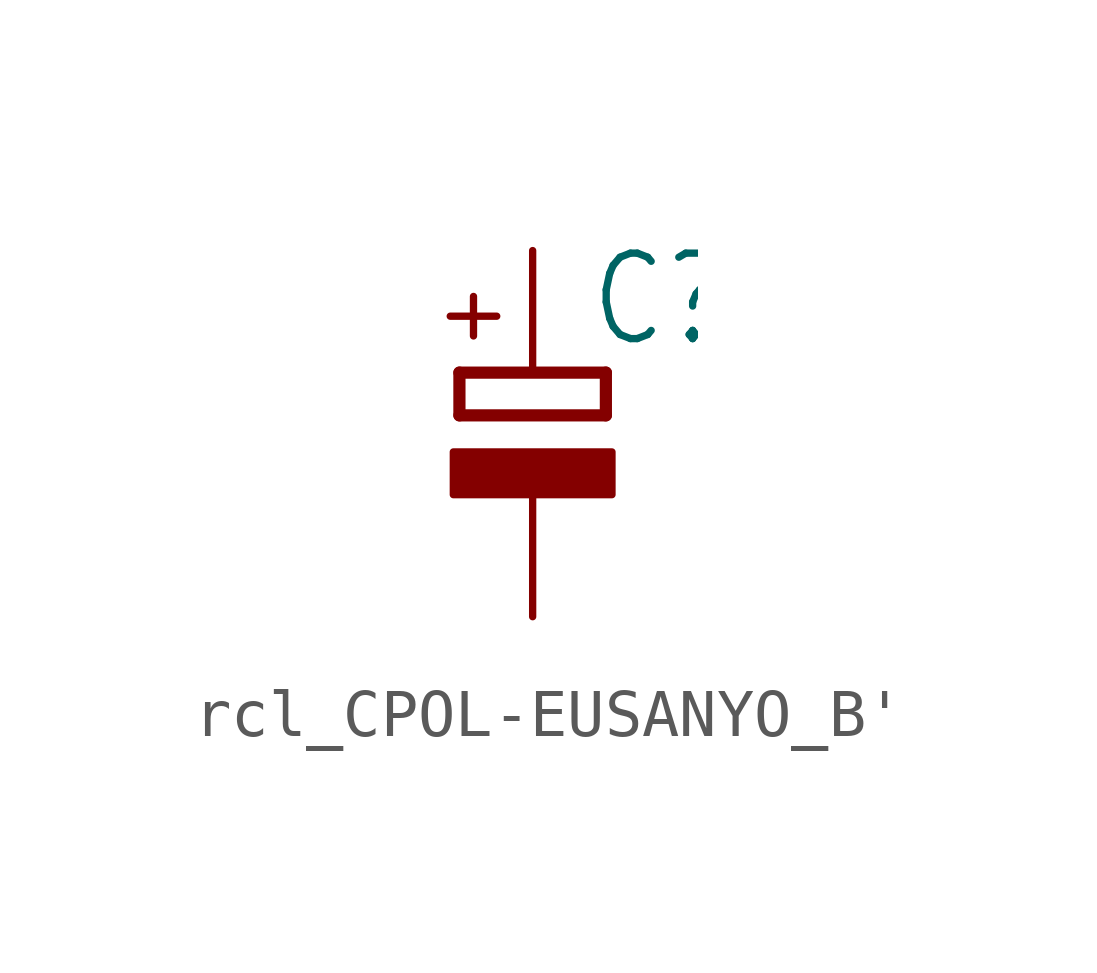
<source format=kicad_sym>
(kicad_symbol_lib
  (version 20231120)
  (generator "kicad_symbol_editor")
  (generator_version "8.0")
  (symbol "rcl_CPOL-EUSANYO_B'"
    (property "Reference" "C"
      (at 1.143 0.483 0)
      (effects (font (size 1.778 1.511)) (justify left bottom)))
    (property "Value" ""
      (at 1.143 -4.597 0)
      (effects (font (size 1.778 1.511)) (justify left bottom)))
    (property "ki_locked" ""
      (at 0 0 0)
      (effects (font (size 1.27 1.27))))
    (symbol "rcl_CPOL-EUSANYO_B'_1_0"
      (rectangle (start -1.651 -2.54) (end 1.651 -1.651) (stroke (width 0) (type default)) (fill (type outline)))
      (polyline (pts (xy -1.524 -0.889) (xy 1.524 -0.889)) (stroke (width 0.254) (type solid)) (fill (type none)))
      (polyline (pts (xy -1.524 0) (xy -1.524 -0.889)) (stroke (width 0.254) (type solid)) (fill (type none)))
      (polyline (pts (xy -1.524 0) (xy 1.524 0)) (stroke (width 0.254) (type solid)) (fill (type none)))
      (polyline (pts (xy 1.524 -0.889) (xy 1.524 0)) (stroke (width 0.254) (type solid)) (fill (type none)))
      (text "+" (at -0.584 0.406 900) (effects (font (size 1.27 1.079)) (justify left bottom)))
      (pin passive line (at 0 2.54 270) (length 2.54) (name "+" (effects (font (size 0 0)))) (number "+" (effects (font (size 0 0)))))
      (pin passive line (at 0 -5.08 90) (length 2.54) (name "-" (effects (font (size 0 0)))) (number "-" (effects (font (size 0 0))))))))
</source>
